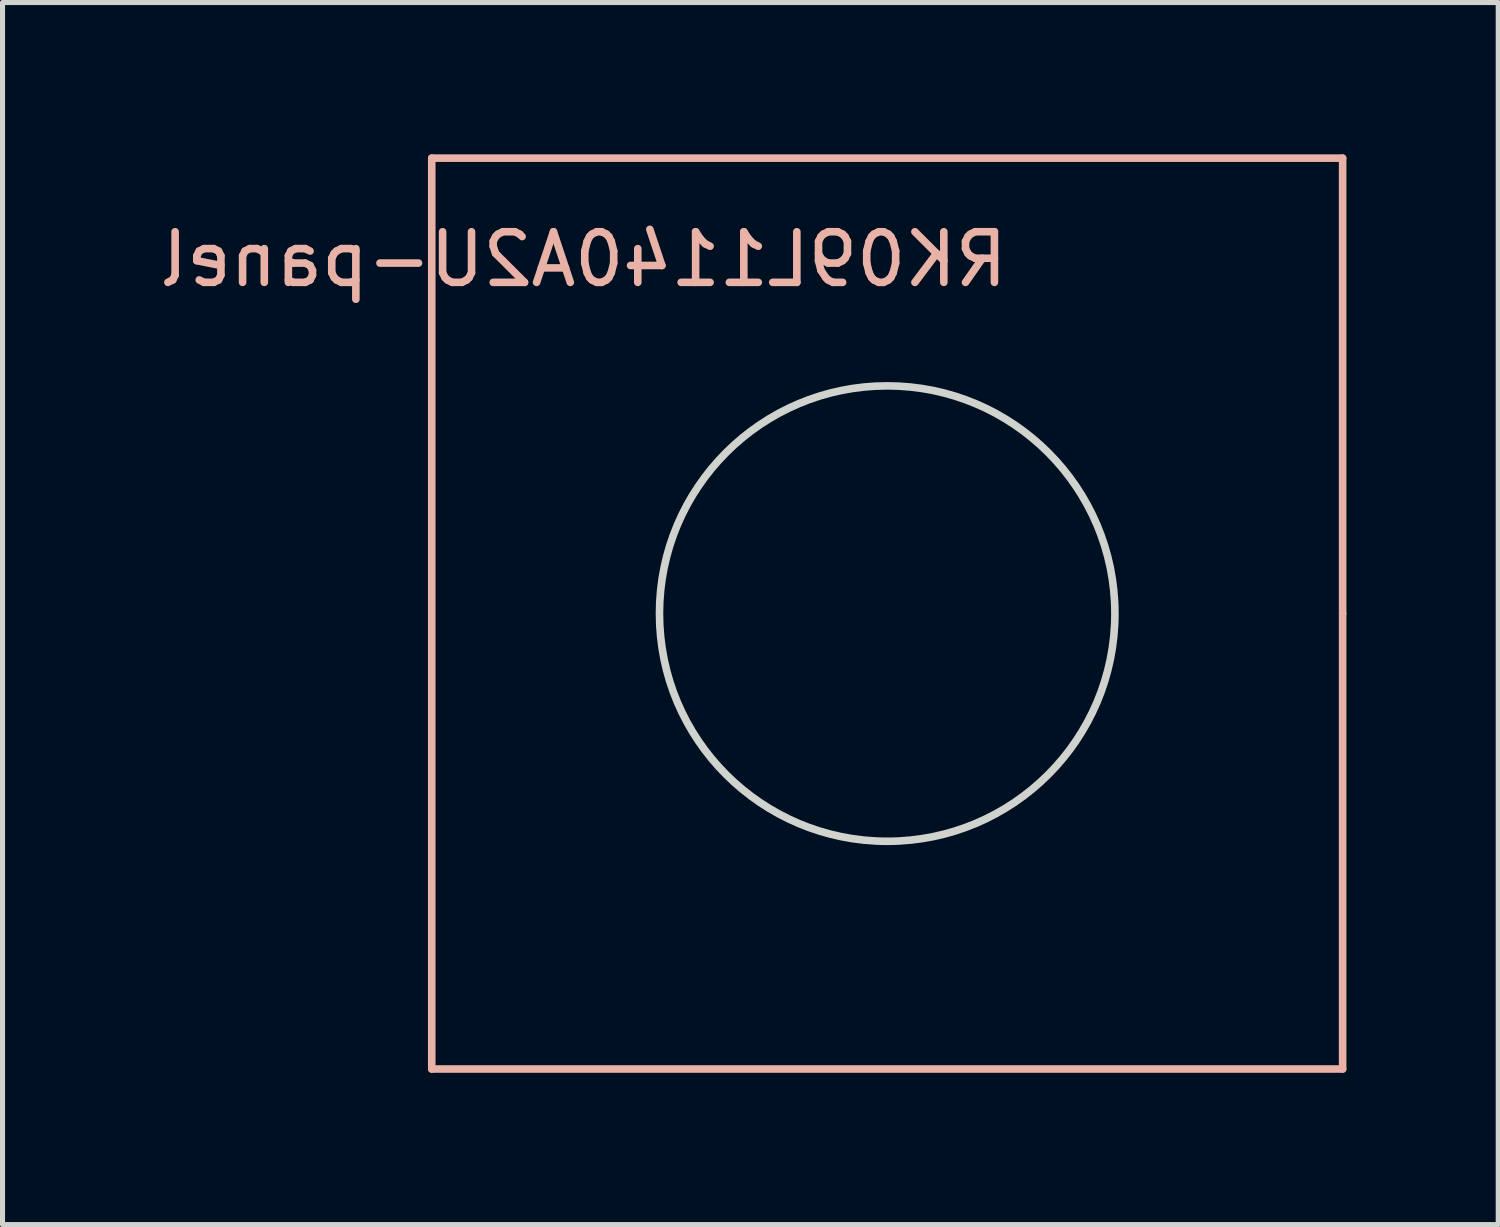
<source format=kicad_pcb>
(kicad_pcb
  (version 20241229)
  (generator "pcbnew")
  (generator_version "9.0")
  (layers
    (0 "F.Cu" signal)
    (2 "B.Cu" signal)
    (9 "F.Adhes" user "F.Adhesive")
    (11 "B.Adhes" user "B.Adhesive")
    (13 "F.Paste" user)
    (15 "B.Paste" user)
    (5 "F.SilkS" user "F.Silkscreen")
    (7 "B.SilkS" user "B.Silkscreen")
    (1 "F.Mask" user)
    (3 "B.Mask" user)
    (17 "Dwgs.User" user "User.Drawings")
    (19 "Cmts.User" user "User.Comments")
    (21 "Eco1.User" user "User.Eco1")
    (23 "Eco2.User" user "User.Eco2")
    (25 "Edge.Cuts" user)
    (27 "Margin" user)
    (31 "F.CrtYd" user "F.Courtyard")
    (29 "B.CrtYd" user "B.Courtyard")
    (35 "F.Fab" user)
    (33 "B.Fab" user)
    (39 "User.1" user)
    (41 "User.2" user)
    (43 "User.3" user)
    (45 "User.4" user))
  (footprint "RK09L1140A2U-panel"
    (layer "F.Cu")
    (at 14.482 9.075)
    (property "Reference" "RK09L1140A2U-panel" (at -6 -7 0) (layer "B.SilkS") (effects (font (size 1 1) (thickness 0.15)) (justify mirror)))
    (attr through_hole)
    (fp_line (start -9 -9) (end 9 -9) (stroke (width 0.15) (type solid)) (layer "B.SilkS"))
    (fp_line (start -9 9) (end -9 -9) (stroke (width 0.15) (type solid)) (layer "B.SilkS"))
    (fp_line (start 9 -9) (end 9 0) (stroke (width 0.15) (type solid)) (layer "B.SilkS"))
    (fp_line (start 9 0) (end 9 9) (stroke (width 0.15) (type solid)) (layer "B.SilkS"))
    (fp_line (start 9 9) (end -9 9) (stroke (width 0.15) (type solid)) (layer "B.SilkS"))
    (fp_circle (center 0 0) (end 4.5 0) (stroke (width 0.15) (type solid)) (fill no) (layer "Edge.Cuts")))
  (gr_rect
    (start -3 -3)
    (end 26.557 21.15)
    (stroke (width 0.1) (type default))
    (fill no)
    (layer "Edge.Cuts")))
</source>
